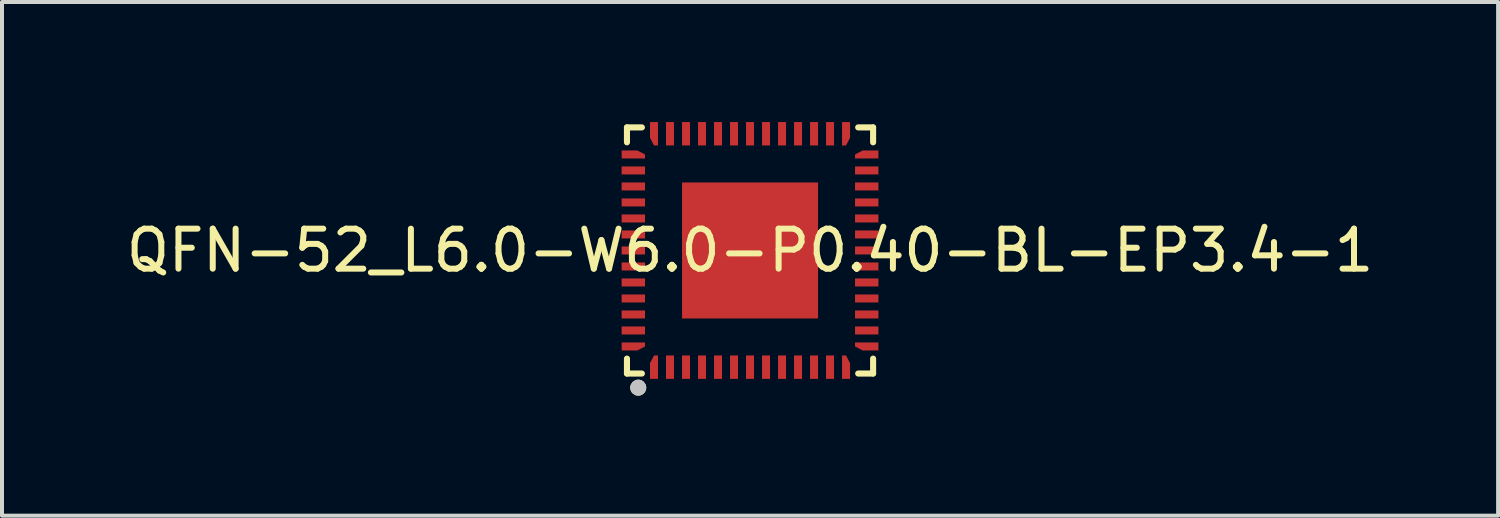
<source format=kicad_pcb>
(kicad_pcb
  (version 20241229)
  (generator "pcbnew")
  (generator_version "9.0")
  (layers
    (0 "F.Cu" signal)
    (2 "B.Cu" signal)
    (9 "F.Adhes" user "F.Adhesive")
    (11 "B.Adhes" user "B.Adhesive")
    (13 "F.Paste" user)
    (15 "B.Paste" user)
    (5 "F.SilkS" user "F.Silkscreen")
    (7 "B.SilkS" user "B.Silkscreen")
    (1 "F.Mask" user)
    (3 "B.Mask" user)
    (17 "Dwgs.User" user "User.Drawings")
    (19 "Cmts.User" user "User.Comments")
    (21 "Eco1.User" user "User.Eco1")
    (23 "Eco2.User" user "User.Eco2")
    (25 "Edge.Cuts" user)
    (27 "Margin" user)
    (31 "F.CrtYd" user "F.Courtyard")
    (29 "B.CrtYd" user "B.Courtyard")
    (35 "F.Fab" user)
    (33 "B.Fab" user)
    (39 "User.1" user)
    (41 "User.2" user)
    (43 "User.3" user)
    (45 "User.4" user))
  (footprint "QFN-52_L6.0-W6.0-P0.40-BL-EP3.4-1"
    (layer "F.Cu")
    (at 15.696 3.21)
    (property "Reference" "QFN-52_L6.0-W6.0-P0.40-BL-EP3.4-1" (at 0 0 0) (layer "F.SilkS") (effects (font (size 1 1) (thickness 0.15))))
    (fp_line (start -3.076 -3.076) (end -2.703 -3.076) (stroke (width 0.152) (type default)) (layer "F.SilkS"))
    (fp_line (start -3.076 -2.703) (end -3.076 -3.076) (stroke (width 0.152) (type default)) (layer "F.SilkS"))
    (fp_line (start -3.076 2.703) (end -3.076 3.076) (stroke (width 0.152) (type default)) (layer "F.SilkS"))
    (fp_line (start -3.076 3.076) (end -2.703 3.076) (stroke (width 0.152) (type default)) (layer "F.SilkS"))
    (fp_line (start 3.076 -3.076) (end 2.703 -3.076) (stroke (width 0.152) (type default)) (layer "F.SilkS"))
    (fp_line (start 3.076 -2.703) (end 3.076 -3.076) (stroke (width 0.152) (type default)) (layer "F.SilkS"))
    (fp_line (start 3.076 2.703) (end 3.076 3.076) (stroke (width 0.152) (type default)) (layer "F.SilkS"))
    (fp_line (start 3.076 3.076) (end 2.703 3.076) (stroke (width 0.152) (type default)) (layer "F.SilkS"))
    (fp_circle (center -2.794 3.429) (end -2.694 3.429) (stroke (width 0.2) (type default)) (fill no) (layer "F.SilkS"))
    (fp_poly (pts (xy -3.21 -1.9) (xy -2.625 -1.9) (xy -2.625 -2.1) (xy -3.21 -2.1)) (stroke (width 0) (type default)) (fill yes) (layer "F.Paste"))
    (fp_poly (pts (xy -3.21 -1.5) (xy -2.625 -1.5) (xy -2.625 -1.7) (xy -3.21 -1.7)) (stroke (width 0) (type default)) (fill yes) (layer "F.Paste"))
    (fp_poly (pts (xy -3.21 0.9) (xy -2.625 0.9) (xy -2.625 0.7) (xy -3.21 0.7)) (stroke (width 0) (type default)) (fill yes) (layer "F.Paste"))
    (fp_poly (pts (xy -3.21 1.3) (xy -2.625 1.3) (xy -2.625 1.1) (xy -3.21 1.1)) (stroke (width 0) (type default)) (fill yes) (layer "F.Paste"))
    (fp_poly (pts (xy -3.21 1.7) (xy -2.625 1.7) (xy -2.625 1.5) (xy -3.21 1.5)) (stroke (width 0) (type default)) (fill yes) (layer "F.Paste"))
    (fp_poly (pts (xy -2.625 -1.3) (xy -3.21 -1.3) (xy -3.21 -1.1) (xy -2.625 -1.1)) (stroke (width 0) (type default)) (fill yes) (layer "F.Paste"))
    (fp_poly (pts (xy -2.625 -0.9) (xy -3.21 -0.9) (xy -3.21 -0.7) (xy -2.625 -0.7)) (stroke (width 0) (type default)) (fill yes) (layer "F.Paste"))
    (fp_poly (pts (xy -2.625 -0.5) (xy -3.21 -0.5) (xy -3.21 -0.3) (xy -2.625 -0.3)) (stroke (width 0) (type default)) (fill yes) (layer "F.Paste"))
    (fp_poly (pts (xy -2.625 -0.1) (xy -3.21 -0.1) (xy -3.21 0.1) (xy -2.625 0.1)) (stroke (width 0) (type default)) (fill yes) (layer "F.Paste"))
    (fp_poly (pts (xy -2.625 0.3) (xy -3.21 0.3) (xy -3.21 0.5) (xy -2.625 0.5)) (stroke (width 0) (type default)) (fill yes) (layer "F.Paste"))
    (fp_poly (pts (xy -2.625 1.9) (xy -3.21 1.9) (xy -3.21 2.1) (xy -2.625 2.1)) (stroke (width 0) (type default)) (fill yes) (layer "F.Paste"))
    (fp_poly (pts (xy -2.1 3.21) (xy -1.9 3.21) (xy -1.9 2.625) (xy -2.1 2.625)) (stroke (width 0) (type default)) (fill yes) (layer "F.Paste"))
    (fp_poly (pts (xy -1.9 -3.21) (xy -2.1 -3.21) (xy -2.1 -2.625) (xy -1.9 -2.625)) (stroke (width 0) (type default)) (fill yes) (layer "F.Paste"))
    (fp_poly (pts (xy -1.7 3.21) (xy -1.5 3.21) (xy -1.5 2.625) (xy -1.7 2.625)) (stroke (width 0) (type default)) (fill yes) (layer "F.Paste"))
    (fp_poly (pts (xy -1.5 -3.21) (xy -1.7 -3.21) (xy -1.7 -2.625) (xy -1.5 -2.625)) (stroke (width 0) (type default)) (fill yes) (layer "F.Paste"))
    (fp_poly (pts (xy -1.3 -1.3) (xy 1.3 -1.3) (xy 1.3 1.3) (xy -1.3 1.3)) (stroke (width 0) (type default)) (fill yes) (layer "F.Paste"))
    (fp_poly (pts (xy -1.3 3.21) (xy -1.1 3.21) (xy -1.1 2.625) (xy -1.3 2.625)) (stroke (width 0) (type default)) (fill yes) (layer "F.Paste"))
    (fp_poly (pts (xy -1.1 -3.21) (xy -1.3 -3.21) (xy -1.3 -2.625) (xy -1.1 -2.625)) (stroke (width 0) (type default)) (fill yes) (layer "F.Paste"))
    (fp_poly (pts (xy -0.9 3.21) (xy -0.7 3.21) (xy -0.7 2.625) (xy -0.9 2.625)) (stroke (width 0) (type default)) (fill yes) (layer "F.Paste"))
    (fp_poly (pts (xy -0.7 -3.21) (xy -0.9 -3.21) (xy -0.9 -2.625) (xy -0.7 -2.625)) (stroke (width 0) (type default)) (fill yes) (layer "F.Paste"))
    (fp_poly (pts (xy -0.5 3.21) (xy -0.3 3.21) (xy -0.3 2.625) (xy -0.5 2.625)) (stroke (width 0) (type default)) (fill yes) (layer "F.Paste"))
    (fp_poly (pts (xy -0.3 -3.21) (xy -0.5 -3.21) (xy -0.5 -2.625) (xy -0.3 -2.625)) (stroke (width 0) (type default)) (fill yes) (layer "F.Paste"))
    (fp_poly (pts (xy 0.1 -3.21) (xy -0.1 -3.21) (xy -0.1 -2.625) (xy 0.1 -2.625)) (stroke (width 0) (type default)) (fill yes) (layer "F.Paste"))
    (fp_poly (pts (xy 0.1 2.625) (xy -0.1 2.625) (xy -0.1 3.21) (xy 0.1 3.21)) (stroke (width 0) (type default)) (fill yes) (layer "F.Paste"))
    (fp_poly (pts (xy 0.3 3.21) (xy 0.5 3.21) (xy 0.5 2.625) (xy 0.3 2.625)) (stroke (width 0) (type default)) (fill yes) (layer "F.Paste"))
    (fp_poly (pts (xy 0.5 -3.21) (xy 0.3 -3.21) (xy 0.3 -2.625) (xy 0.5 -2.625)) (stroke (width 0) (type default)) (fill yes) (layer "F.Paste"))
    (fp_poly (pts (xy 0.7 3.21) (xy 0.9 3.21) (xy 0.9 2.625) (xy 0.7 2.625)) (stroke (width 0) (type default)) (fill yes) (layer "F.Paste"))
    (fp_poly (pts (xy 0.9 -3.21) (xy 0.7 -3.21) (xy 0.7 -2.625) (xy 0.9 -2.625)) (stroke (width 0) (type default)) (fill yes) (layer "F.Paste"))
    (fp_poly (pts (xy 1.1 3.21) (xy 1.3 3.21) (xy 1.3 2.625) (xy 1.1 2.625)) (stroke (width 0) (type default)) (fill yes) (layer "F.Paste"))
    (fp_poly (pts (xy 1.3 -3.21) (xy 1.1 -3.21) (xy 1.1 -2.625) (xy 1.3 -2.625)) (stroke (width 0) (type default)) (fill yes) (layer "F.Paste"))
    (fp_poly (pts (xy 1.5 3.21) (xy 1.7 3.21) (xy 1.7 2.625) (xy 1.5 2.625)) (stroke (width 0) (type default)) (fill yes) (layer "F.Paste"))
    (fp_poly (pts (xy 1.7 -3.21) (xy 1.5 -3.21) (xy 1.5 -2.625) (xy 1.7 -2.625)) (stroke (width 0) (type default)) (fill yes) (layer "F.Paste"))
    (fp_poly (pts (xy 1.9 3.21) (xy 2.1 3.21) (xy 2.1 2.625) (xy 1.9 2.625)) (stroke (width 0) (type default)) (fill yes) (layer "F.Paste"))
    (fp_poly (pts (xy 2.1 -3.21) (xy 1.9 -3.21) (xy 1.9 -2.625) (xy 2.1 -2.625)) (stroke (width 0) (type default)) (fill yes) (layer "F.Paste"))
    (fp_poly (pts (xy 2.625 -1.1) (xy 3.21 -1.1) (xy 3.21 -1.3) (xy 2.625 -1.3)) (stroke (width 0) (type default)) (fill yes) (layer "F.Paste"))
    (fp_poly (pts (xy 2.625 1.3) (xy 3.21 1.3) (xy 3.21 1.1) (xy 2.625 1.1)) (stroke (width 0) (type default)) (fill yes) (layer "F.Paste"))
    (fp_poly (pts (xy 2.625 1.7) (xy 3.21 1.7) (xy 3.21 1.5) (xy 2.625 1.5)) (stroke (width 0) (type default)) (fill yes) (layer "F.Paste"))
    (fp_poly (pts (xy 2.625 2.1) (xy 3.21 2.1) (xy 3.21 1.9) (xy 2.625 1.9)) (stroke (width 0) (type default)) (fill yes) (layer "F.Paste"))
    (fp_poly (pts (xy 3.21 -2.1) (xy 2.625 -2.1) (xy 2.625 -1.9) (xy 3.21 -1.9)) (stroke (width 0) (type default)) (fill yes) (layer "F.Paste"))
    (fp_poly (pts (xy 3.21 -1.7) (xy 2.625 -1.7) (xy 2.625 -1.5) (xy 3.21 -1.5)) (stroke (width 0) (type default)) (fill yes) (layer "F.Paste"))
    (fp_poly (pts (xy 3.21 -0.9) (xy 2.625 -0.9) (xy 2.625 -0.7) (xy 3.21 -0.7)) (stroke (width 0) (type default)) (fill yes) (layer "F.Paste"))
    (fp_poly (pts (xy 3.21 -0.5) (xy 2.625 -0.5) (xy 2.625 -0.3) (xy 3.21 -0.3)) (stroke (width 0) (type default)) (fill yes) (layer "F.Paste"))
    (fp_poly (pts (xy 3.21 -0.1) (xy 2.625 -0.1) (xy 2.625 0.1) (xy 3.21 0.1)) (stroke (width 0) (type default)) (fill yes) (layer "F.Paste"))
    (fp_poly (pts (xy 3.21 0.3) (xy 2.625 0.3) (xy 2.625 0.5) (xy 3.21 0.5)) (stroke (width 0) (type default)) (fill yes) (layer "F.Paste"))
    (fp_poly (pts (xy 3.21 0.7) (xy 2.625 0.7) (xy 2.625 0.9) (xy 3.21 0.9)) (stroke (width 0) (type default)) (fill yes) (layer "F.Paste"))
    (fp_poly (pts (xy -2.817 -2.5) (xy -3.21 -2.5) (xy -3.21 -2.3) (xy -2.625 -2.3) (xy -2.625 -2.4)) (stroke (width 0) (type default)) (fill yes) (layer "F.Paste"))
    (fp_poly (pts (xy -2.625 2.3) (xy -3.21 2.3) (xy -3.21 2.5) (xy -2.817 2.5) (xy -2.625 2.4)) (stroke (width 0) (type default)) (fill yes) (layer "F.Paste"))
    (fp_poly (pts (xy -2.5 3.21) (xy -2.3 3.21) (xy -2.3 2.625) (xy -2.4 2.625) (xy -2.5 2.817)) (stroke (width 0) (type default)) (fill yes) (layer "F.Paste"))
    (fp_poly (pts (xy -2.3 -3.21) (xy -2.5 -3.21) (xy -2.5 -2.817) (xy -2.4 -2.625) (xy -2.3 -2.625)) (stroke (width 0) (type default)) (fill yes) (layer "F.Paste"))
    (fp_poly (pts (xy 2.4 2.625) (xy 2.3 2.625) (xy 2.3 3.21) (xy 2.5 3.21) (xy 2.5 2.817)) (stroke (width 0) (type default)) (fill yes) (layer "F.Paste"))
    (fp_poly (pts (xy 2.5 -3.21) (xy 2.3 -3.21) (xy 2.3 -2.625) (xy 2.4 -2.625) (xy 2.5 -2.817)) (stroke (width 0) (type default)) (fill yes) (layer "F.Paste"))
    (fp_poly (pts (xy 2.624 2.4) (xy 2.817 2.5) (xy 3.209 2.5) (xy 3.209 2.3) (xy 2.624 2.3)) (stroke (width 0) (type default)) (fill yes) (layer "F.Paste"))
    (fp_poly (pts (xy 2.817 -2.5) (xy 2.625 -2.4) (xy 2.625 -2.3) (xy 3.21 -2.3) (xy 3.21 -2.5)) (stroke (width 0) (type default)) (fill yes) (layer "F.Paste"))
    (fp_circle (center -2.794 3.429) (end -2.694 3.429) (stroke (width 0.2) (type default)) (fill no) (layer "Dwgs.User"))
    (fp_poly (pts (xy -3 2.5) (xy -3 2.3) (xy -2.6 2.3) (xy -2.6 2.5)) (stroke (width 0.1) (type default)) (fill no) (layer "User.1"))
    (fp_poly (pts (xy -2.6 -2.5) (xy -2.6 -2.3) (xy -3 -2.3) (xy -3 -2.5)) (stroke (width 0.1) (type default)) (fill no) (layer "User.1"))
    (fp_poly (pts (xy -2.6 -1.9) (xy -3 -1.9) (xy -3 -2.1) (xy -2.6 -2.1)) (stroke (width 0.1) (type default)) (fill no) (layer "User.1"))
    (fp_poly (pts (xy -2.6 -1.5) (xy -3 -1.5) (xy -3 -1.7) (xy -2.6 -1.7)) (stroke (width 0.1) (type default)) (fill no) (layer "User.1"))
    (fp_poly (pts (xy -2.6 -1.1) (xy -3 -1.1) (xy -3 -1.3) (xy -2.6 -1.3)) (stroke (width 0.1) (type default)) (fill no) (layer "User.1"))
    (fp_poly (pts (xy -2.6 -0.7) (xy -3 -0.7) (xy -3 -0.9) (xy -2.6 -0.9)) (stroke (width 0.1) (type default)) (fill no) (layer "User.1"))
    (fp_poly (pts (xy -2.6 -0.3) (xy -3 -0.3) (xy -3 -0.5) (xy -2.6 -0.5)) (stroke (width 0.1) (type default)) (fill no) (layer "User.1"))
    (fp_poly (pts (xy -2.6 0.1) (xy -3 0.1) (xy -3 -0.1) (xy -2.6 -0.1)) (stroke (width 0.1) (type default)) (fill no) (layer "User.1"))
    (fp_poly (pts (xy -2.6 0.5) (xy -3 0.5) (xy -3 0.3) (xy -2.6 0.3)) (stroke (width 0.1) (type default)) (fill no) (layer "User.1"))
    (fp_poly (pts (xy -2.6 0.9) (xy -3 0.9) (xy -3 0.7) (xy -2.6 0.7)) (stroke (width 0.1) (type default)) (fill no) (layer "User.1"))
    (fp_poly (pts (xy -2.6 1.3) (xy -3 1.3) (xy -3 1.1) (xy -2.6 1.1)) (stroke (width 0.1) (type default)) (fill no) (layer "User.1"))
    (fp_poly (pts (xy -2.6 1.7) (xy -3 1.7) (xy -3 1.5) (xy -2.6 1.5)) (stroke (width 0.1) (type default)) (fill no) (layer "User.1"))
    (fp_poly (pts (xy -2.6 2.1) (xy -3 2.1) (xy -3 1.9) (xy -2.6 1.9)) (stroke (width 0.1) (type default)) (fill no) (layer "User.1"))
    (fp_poly (pts (xy -2.3 -2.6) (xy -2.5 -2.6) (xy -2.5 -3) (xy -2.3 -3)) (stroke (width 0.1) (type default)) (fill no) (layer "User.1"))
    (fp_poly (pts (xy -2.3 3) (xy -2.5 3) (xy -2.5 2.6) (xy -2.3 2.6)) (stroke (width 0.1) (type default)) (fill no) (layer "User.1"))
    (fp_poly (pts (xy -1.9 -2.6) (xy -2.1 -2.6) (xy -2.1 -3) (xy -1.9 -3)) (stroke (width 0.1) (type default)) (fill no) (layer "User.1"))
    (fp_poly (pts (xy -1.9 3) (xy -2.1 3) (xy -2.1 2.6) (xy -1.9 2.6)) (stroke (width 0.1) (type default)) (fill no) (layer "User.1"))
    (fp_poly (pts (xy -1.5 -2.6) (xy -1.7 -2.6) (xy -1.7 -3) (xy -1.5 -3)) (stroke (width 0.1) (type default)) (fill no) (layer "User.1"))
    (fp_poly (pts (xy -1.5 3) (xy -1.7 3) (xy -1.7 2.6) (xy -1.5 2.6)) (stroke (width 0.1) (type default)) (fill no) (layer "User.1"))
    (fp_poly (pts (xy -1.1 -2.6) (xy -1.3 -2.6) (xy -1.3 -3) (xy -1.1 -3)) (stroke (width 0.1) (type default)) (fill no) (layer "User.1"))
    (fp_poly (pts (xy -1.1 3) (xy -1.3 3) (xy -1.3 2.6) (xy -1.1 2.6)) (stroke (width 0.1) (type default)) (fill no) (layer "User.1"))
    (fp_poly (pts (xy -0.7 -2.6) (xy -0.9 -2.6) (xy -0.9 -3) (xy -0.7 -3)) (stroke (width 0.1) (type default)) (fill no) (layer "User.1"))
    (fp_poly (pts (xy -0.7 3) (xy -0.9 3) (xy -0.9 2.6) (xy -0.7 2.6)) (stroke (width 0.1) (type default)) (fill no) (layer "User.1"))
    (fp_poly (pts (xy -0.3 -2.6) (xy -0.5 -2.6) (xy -0.5 -3) (xy -0.3 -3)) (stroke (width 0.1) (type default)) (fill no) (layer "User.1"))
    (fp_poly (pts (xy -0.3 3) (xy -0.5 3) (xy -0.5 2.6) (xy -0.3 2.6)) (stroke (width 0.1) (type default)) (fill no) (layer "User.1"))
    (fp_poly (pts (xy 0.1 -2.6) (xy -0.1 -2.6) (xy -0.1 -3) (xy 0.1 -3)) (stroke (width 0.1) (type default)) (fill no) (layer "User.1"))
    (fp_poly (pts (xy 0.1 3) (xy -0.1 3) (xy -0.1 2.6) (xy 0.1 2.6)) (stroke (width 0.1) (type default)) (fill no) (layer "User.1"))
    (fp_poly (pts (xy 0.5 -2.6) (xy 0.3 -2.6) (xy 0.3 -3) (xy 0.5 -3)) (stroke (width 0.1) (type default)) (fill no) (layer "User.1"))
    (fp_poly (pts (xy 0.5 3) (xy 0.3 3) (xy 0.3 2.6) (xy 0.5 2.6)) (stroke (width 0.1) (type default)) (fill no) (layer "User.1"))
    (fp_poly (pts (xy 0.9 -2.6) (xy 0.7 -2.6) (xy 0.7 -3) (xy 0.9 -3)) (stroke (width 0.1) (type default)) (fill no) (layer "User.1"))
    (fp_poly (pts (xy 0.9 3) (xy 0.7 3) (xy 0.7 2.6) (xy 0.9 2.6)) (stroke (width 0.1) (type default)) (fill no) (layer "User.1"))
    (fp_poly (pts (xy 1.3 -2.6) (xy 1.1 -2.6) (xy 1.1 -3) (xy 1.3 -3)) (stroke (width 0.1) (type default)) (fill no) (layer "User.1"))
    (fp_poly (pts (xy 1.3 3) (xy 1.1 3) (xy 1.1 2.6) (xy 1.3 2.6)) (stroke (width 0.1) (type default)) (fill no) (layer "User.1"))
    (fp_poly (pts (xy 1.7 -2.6) (xy 1.5 -2.6) (xy 1.5 -3) (xy 1.7 -3)) (stroke (width 0.1) (type default)) (fill no) (layer "User.1"))
    (fp_poly (pts (xy 1.7 1.7) (xy -1.7 1.7) (xy -1.7 -1.7) (xy 1.7 -1.7)) (stroke (width 0.1) (type default)) (fill no) (layer "User.1"))
    (fp_poly (pts (xy 1.7 3) (xy 1.5 3) (xy 1.5 2.6) (xy 1.7 2.6)) (stroke (width 0.1) (type default)) (fill no) (layer "User.1"))
    (fp_poly (pts (xy 2.1 -2.6) (xy 1.9 -2.6) (xy 1.9 -3) (xy 2.1 -3)) (stroke (width 0.1) (type default)) (fill no) (layer "User.1"))
    (fp_poly (pts (xy 2.1 3) (xy 1.9 3) (xy 1.9 2.6) (xy 2.1 2.6)) (stroke (width 0.1) (type default)) (fill no) (layer "User.1"))
    (fp_poly (pts (xy 2.3 -3) (xy 2.5 -3) (xy 2.5 -2.6) (xy 2.3 -2.6)) (stroke (width 0.1) (type default)) (fill no) (layer "User.1"))
    (fp_poly (pts (xy 2.3 2.6) (xy 2.5 2.6) (xy 2.5 3) (xy 2.3 3)) (stroke (width 0.1) (type default)) (fill no) (layer "User.1"))
    (fp_poly (pts (xy 2.6 2.5) (xy 2.6 2.3) (xy 3 2.3) (xy 3 2.5)) (stroke (width 0.1) (type default)) (fill no) (layer "User.1"))
    (fp_poly (pts (xy 3 -2.501) (xy 3 -2.3) (xy 2.6 -2.3) (xy 2.6 -2.501)) (stroke (width 0.1) (type default)) (fill no) (layer "User.1"))
    (fp_poly (pts (xy 3 -1.9) (xy 2.6 -1.9) (xy 2.6 -2.1) (xy 3 -2.1)) (stroke (width 0.1) (type default)) (fill no) (layer "User.1"))
    (fp_poly (pts (xy 3 -1.5) (xy 2.6 -1.5) (xy 2.6 -1.7) (xy 3 -1.7)) (stroke (width 0.1) (type default)) (fill no) (layer "User.1"))
    (fp_poly (pts (xy 3 -1.1) (xy 2.6 -1.1) (xy 2.6 -1.3) (xy 3 -1.3)) (stroke (width 0.1) (type default)) (fill no) (layer "User.1"))
    (fp_poly (pts (xy 3 -0.7) (xy 2.6 -0.7) (xy 2.6 -0.9) (xy 3 -0.9)) (stroke (width 0.1) (type default)) (fill no) (layer "User.1"))
    (fp_poly (pts (xy 3 -0.3) (xy 2.6 -0.3) (xy 2.6 -0.5) (xy 3 -0.5)) (stroke (width 0.1) (type default)) (fill no) (layer "User.1"))
    (fp_poly (pts (xy 3 0.1) (xy 2.6 0.1) (xy 2.6 -0.1) (xy 3 -0.1)) (stroke (width 0.1) (type default)) (fill no) (layer "User.1"))
    (fp_poly (pts (xy 3 0.5) (xy 2.6 0.5) (xy 2.6 0.3) (xy 3 0.3)) (stroke (width 0.1) (type default)) (fill no) (layer "User.1"))
    (fp_poly (pts (xy 3 0.9) (xy 2.6 0.9) (xy 2.6 0.7) (xy 3 0.7)) (stroke (width 0.1) (type default)) (fill no) (layer "User.1"))
    (fp_poly (pts (xy 3 1.3) (xy 2.6 1.3) (xy 2.6 1.1) (xy 3 1.1)) (stroke (width 0.1) (type default)) (fill no) (layer "User.1"))
    (fp_poly (pts (xy 3 1.7) (xy 2.6 1.7) (xy 2.6 1.5) (xy 3 1.5)) (stroke (width 0.1) (type default)) (fill no) (layer "User.1"))
    (fp_poly (pts (xy 3 2.1) (xy 2.6 2.1) (xy 2.6 1.9) (xy 3 1.9)) (stroke (width 0.1) (type default)) (fill no) (layer "User.1"))
    (fp_line (start -3 -3) (end 3 -3) (stroke (width 0.051) (type default)) (layer "User.2"))
    (fp_line (start -3 3) (end -3 -3) (stroke (width 0.051) (type default)) (layer "User.2"))
    (fp_line (start 3 -3) (end 3 3) (stroke (width 0.051) (type default)) (layer "User.2"))
    (fp_line (start 3 3) (end -3 3) (stroke (width 0.051) (type default)) (layer "User.2"))
    (fp_poly (pts (xy -2.94 3) (xy -2.958 2.958) (xy -3 2.94) (xy -3.042 2.958) (xy -3.06 3) (xy -3.042 3.042) (xy -3 3.06) (xy -2.958 3.042)) (stroke (width 0.1) (type default)) (fill no) (layer "User.3"))
    (pad "1" smd custom (at -2.4 2.917) (size 0.000001 0.000001) (layers "F.Cu" "F.Mask" "F.Paste") (options (anchor circle)) (primitives (gr_poly (pts (xy -0.1 -0.1) (xy 0 -0.292) (xy 0.1 -0.292) (xy 0.1 0.292) (xy -0.1 0.292)) (width 0) (fill yes))))
    (pad "2" smd rect (at -2 2.917) (size 0.2 0.585) (layers "F.Cu" "F.Mask" "F.Paste"))
    (pad "3" smd rect (at -1.6 2.917) (size 0.2 0.585) (layers "F.Cu" "F.Mask" "F.Paste"))
    (pad "4" smd rect (at -1.2 2.917) (size 0.2 0.585) (layers "F.Cu" "F.Mask" "F.Paste"))
    (pad "5" smd rect (at -0.8 2.917) (size 0.2 0.585) (layers "F.Cu" "F.Mask" "F.Paste"))
    (pad "6" smd rect (at -0.4 2.917) (size 0.2 0.585) (layers "F.Cu" "F.Mask" "F.Paste"))
    (pad "7" smd rect (at 0 2.917) (size 0.2 0.585) (layers "F.Cu" "F.Mask" "F.Paste"))
    (pad "8" smd rect (at 0.4 2.917) (size 0.2 0.585) (layers "F.Cu" "F.Mask" "F.Paste"))
    (pad "9" smd rect (at 0.8 2.917) (size 0.2 0.585) (layers "F.Cu" "F.Mask" "F.Paste"))
    (pad "10" smd rect (at 1.2 2.917) (size 0.2 0.585) (layers "F.Cu" "F.Mask" "F.Paste"))
    (pad "11" smd rect (at 1.6 2.917) (size 0.2 0.585) (layers "F.Cu" "F.Mask" "F.Paste"))
    (pad "12" smd rect (at 2 2.917) (size 0.2 0.585) (layers "F.Cu" "F.Mask" "F.Paste"))
    (pad "13" smd custom (at 2.4 2.917) (size 0.000001 0.000001) (layers "F.Cu" "F.Mask" "F.Paste") (options (anchor circle)) (primitives (gr_poly (pts (xy 0.1 -0.1) (xy 0 -0.292) (xy -0.1 -0.292) (xy -0.1 0.292) (xy 0.1 0.292)) (width 0) (fill yes))))
    (pad "14" smd custom (at 2.917 2.4) (size 0.000001 0.000001) (layers "F.Cu" "F.Mask" "F.Paste") (options (anchor circle)) (primitives (gr_poly (pts (xy -0.101 0.1) (xy -0.293 0) (xy -0.293 -0.1) (xy 0.292 -0.1) (xy 0.292 0.1)) (width 0) (fill yes))))
    (pad "15" smd rect (at 2.917 2) (size 0.585 0.2) (layers "F.Cu" "F.Mask" "F.Paste"))
    (pad "16" smd rect (at 2.917 1.6) (size 0.585 0.2) (layers "F.Cu" "F.Mask" "F.Paste"))
    (pad "17" smd rect (at 2.917 1.2) (size 0.585 0.2) (layers "F.Cu" "F.Mask" "F.Paste"))
    (pad "18" smd rect (at 2.917 0.8) (size 0.585 0.2) (layers "F.Cu" "F.Mask" "F.Paste"))
    (pad "19" smd rect (at 2.917 0.4) (size 0.585 0.2) (layers "F.Cu" "F.Mask" "F.Paste"))
    (pad "20" smd rect (at 2.917 0) (size 0.585 0.2) (layers "F.Cu" "F.Mask" "F.Paste"))
    (pad "21" smd rect (at 2.917 -0.4) (size 0.585 0.2) (layers "F.Cu" "F.Mask" "F.Paste"))
    (pad "22" smd rect (at 2.917 -0.8) (size 0.585 0.2) (layers "F.Cu" "F.Mask" "F.Paste"))
    (pad "23" smd rect (at 2.917 -1.2) (size 0.585 0.2) (layers "F.Cu" "F.Mask" "F.Paste"))
    (pad "24" smd rect (at 2.917 -1.6) (size 0.585 0.2) (layers "F.Cu" "F.Mask" "F.Paste"))
    (pad "25" smd rect (at 2.917 -2) (size 0.585 0.2) (layers "F.Cu" "F.Mask" "F.Paste"))
    (pad "26" smd custom (at 2.917 -2.4) (size 0.000001 0.000001) (layers "F.Cu" "F.Mask" "F.Paste") (options (anchor circle)) (primitives (gr_poly (pts (xy -0.1 -0.1) (xy -0.292 0) (xy -0.292 0.1) (xy 0.292 0.1) (xy 0.292 -0.1)) (width 0) (fill yes))))
    (pad "27" smd custom (at 2.4 -2.917) (size 0.000001 0.000001) (layers "F.Cu" "F.Mask" "F.Paste") (options (anchor circle)) (primitives (gr_poly (pts (xy 0.1 0.1) (xy 0 0.292) (xy -0.1 0.292) (xy -0.1 -0.292) (xy 0.1 -0.292)) (width 0) (fill yes))))
    (pad "28" smd rect (at 2 -2.917) (size 0.2 0.585) (layers "F.Cu" "F.Mask" "F.Paste"))
    (pad "29" smd rect (at 1.6 -2.917) (size 0.2 0.585) (layers "F.Cu" "F.Mask" "F.Paste"))
    (pad "30" smd rect (at 1.2 -2.917) (size 0.2 0.585) (layers "F.Cu" "F.Mask" "F.Paste"))
    (pad "31" smd rect (at 0.8 -2.917) (size 0.2 0.585) (layers "F.Cu" "F.Mask" "F.Paste"))
    (pad "32" smd rect (at 0.4 -2.917) (size 0.2 0.585) (layers "F.Cu" "F.Mask" "F.Paste"))
    (pad "33" smd rect (at 0 -2.917) (size 0.2 0.585) (layers "F.Cu" "F.Mask" "F.Paste"))
    (pad "34" smd rect (at -0.4 -2.917) (size 0.2 0.585) (layers "F.Cu" "F.Mask" "F.Paste"))
    (pad "35" smd rect (at -0.8 -2.917) (size 0.2 0.585) (layers "F.Cu" "F.Mask" "F.Paste"))
    (pad "36" smd rect (at -1.2 -2.917) (size 0.2 0.585) (layers "F.Cu" "F.Mask" "F.Paste"))
    (pad "37" smd rect (at -1.6 -2.917) (size 0.2 0.585) (layers "F.Cu" "F.Mask" "F.Paste"))
    (pad "38" smd rect (at -2 -2.917) (size 0.2 0.585) (layers "F.Cu" "F.Mask" "F.Paste"))
    (pad "39" smd custom (at -2.4 -2.917) (size 0.000001 0.000001) (layers "F.Cu" "F.Mask" "F.Paste") (options (anchor circle)) (primitives (gr_poly (pts (xy -0.1 0.1) (xy 0 0.292) (xy 0.1 0.292) (xy 0.1 -0.292) (xy -0.1 -0.292)) (width 0) (fill yes))))
    (pad "40" smd custom (at -2.917 -2.4) (size 0.000001 0.000001) (layers "F.Cu" "F.Mask" "F.Paste") (options (anchor circle)) (primitives (gr_poly (pts (xy 0.1 -0.1) (xy 0.292 0) (xy 0.292 0.1) (xy -0.292 0.1) (xy -0.292 -0.1)) (width 0) (fill yes))))
    (pad "41" smd rect (at -2.917 -2) (size 0.585 0.2) (layers "F.Cu" "F.Mask" "F.Paste"))
    (pad "42" smd rect (at -2.917 -1.6) (size 0.585 0.2) (layers "F.Cu" "F.Mask" "F.Paste"))
    (pad "43" smd rect (at -2.917 -1.2) (size 0.585 0.2) (layers "F.Cu" "F.Mask" "F.Paste"))
    (pad "44" smd rect (at -2.917 -0.8) (size 0.585 0.2) (layers "F.Cu" "F.Mask" "F.Paste"))
    (pad "45" smd rect (at -2.917 -0.4) (size 0.585 0.2) (layers "F.Cu" "F.Mask" "F.Paste"))
    (pad "46" smd rect (at -2.917 0) (size 0.585 0.2) (layers "F.Cu" "F.Mask" "F.Paste"))
    (pad "47" smd rect (at -2.917 0.4) (size 0.585 0.2) (layers "F.Cu" "F.Mask" "F.Paste"))
    (pad "48" smd rect (at -2.917 0.8) (size 0.585 0.2) (layers "F.Cu" "F.Mask" "F.Paste"))
    (pad "49" smd rect (at -2.917 1.2) (size 0.585 0.2) (layers "F.Cu" "F.Mask" "F.Paste"))
    (pad "50" smd rect (at -2.917 1.6) (size 0.585 0.2) (layers "F.Cu" "F.Mask" "F.Paste"))
    (pad "51" smd rect (at -2.917 2) (size 0.585 0.2) (layers "F.Cu" "F.Mask" "F.Paste"))
    (pad "52" smd custom (at -2.917 2.4) (size 0.000001 0.000001) (layers "F.Cu" "F.Mask" "F.Paste") (options (anchor circle)) (primitives (gr_poly (pts (xy 0.1 0.1) (xy 0.292 0) (xy 0.292 -0.1) (xy -0.292 -0.1) (xy -0.292 0.1)) (width 0) (fill yes))))
    (pad "53" smd rect (at 0 0) (size 3.4 3.4) (layers "F.Cu" "F.Mask" "F.Paste")))
  (gr_rect
    (start -3 -3)
    (end 34.393 9.839)
    (stroke (width 0.1) (type default))
    (fill no)
    (layer "Edge.Cuts")))
</source>
